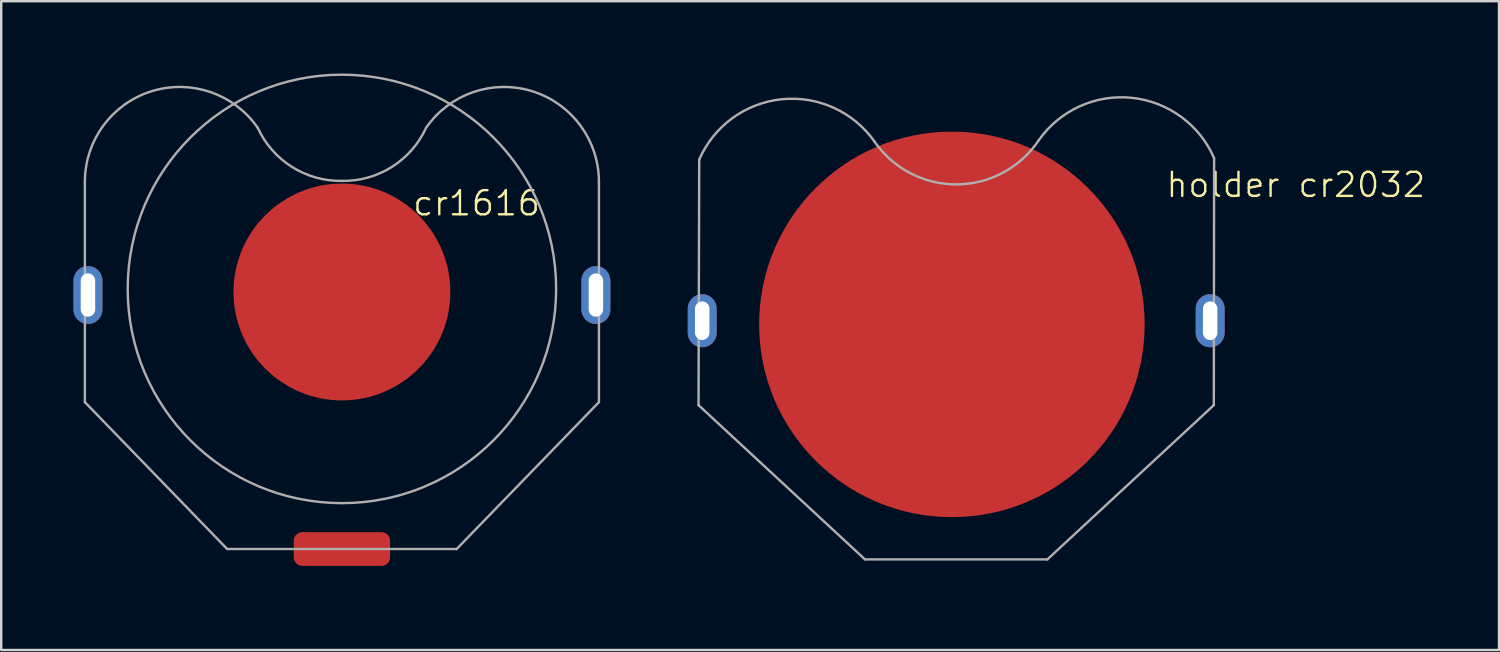
<source format=kicad_pcb>
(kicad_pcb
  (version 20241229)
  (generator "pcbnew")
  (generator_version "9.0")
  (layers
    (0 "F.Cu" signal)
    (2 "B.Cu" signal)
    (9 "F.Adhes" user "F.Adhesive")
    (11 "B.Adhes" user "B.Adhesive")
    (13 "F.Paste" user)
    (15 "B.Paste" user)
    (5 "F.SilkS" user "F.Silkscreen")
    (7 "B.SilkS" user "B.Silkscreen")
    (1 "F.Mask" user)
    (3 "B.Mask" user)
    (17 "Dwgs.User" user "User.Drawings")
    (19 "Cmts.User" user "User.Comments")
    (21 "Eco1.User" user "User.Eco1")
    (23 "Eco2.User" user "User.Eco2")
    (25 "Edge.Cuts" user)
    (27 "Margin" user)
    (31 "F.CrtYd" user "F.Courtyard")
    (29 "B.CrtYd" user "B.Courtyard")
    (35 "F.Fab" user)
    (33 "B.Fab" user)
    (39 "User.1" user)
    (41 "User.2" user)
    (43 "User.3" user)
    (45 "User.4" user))
  (footprint "cr1616"
    (layer "F.Cu")
    (at 11.141 9.068)
    (property "Reference" "cr1616" (at 5.588 -3.683 0) (unlocked yes) (layer "F.SilkS") (effects (font (size 1 1) (thickness 0.1))))
    (attr smd)
    (fp_line (start -10.668 -4.572) (end -10.668 4.572) (stroke (width 0.1) (type default)) (layer "F.Fab"))
    (fp_line (start -10.668 4.572) (end -4.763 10.668) (stroke (width 0.1) (type default)) (layer "F.Fab"))
    (fp_line (start 4.761 10.668) (end -4.763 10.668) (stroke (width 0.1) (type default)) (layer "F.Fab"))
    (fp_line (start 10.667 -4.572) (end 10.667 4.572) (stroke (width 0.1) (type default)) (layer "F.Fab"))
    (fp_line (start 10.667 4.572) (end 4.761 10.668) (stroke (width 0.1) (type default)) (layer "F.Fab"))
    (fp_arc (start -10.668 -4.572) (mid -7.904886 -8.32992) (end -3.494029 -6.81298) (stroke (width 0.1) (type default)) (layer "F.Fab"))
    (fp_arc (start -0.000637 -4.610211) (mid -2.075549 -5.191075) (end -3.494028 -6.81298) (stroke (width 0.1) (type default)) (layer "F.Fab"))
    (fp_arc (start 3.492754 -6.81298) (mid 2.074275 -5.191074) (end -0.000637 -4.610211) (stroke (width 0.1) (type default)) (layer "F.Fab"))
    (fp_arc (start 3.492755 -6.81298) (mid 7.903612 -8.32992) (end 10.666726 -4.572) (stroke (width 0.1) (type default)) (layer "F.Fab"))
    (fp_circle (center 0 -0.127) (end -8.89 0) (stroke (width 0.1) (type default)) (fill no) (layer "F.Fab"))
    (pad "" smd roundrect (at 0 10.668 90) (size 1.4 4) (layers "F.Cu" "F.Mask" "F.Paste") (roundrect_rratio 0.25))
    (pad "1" thru_hole oval (at -10.541 0.127 90) (size 2.4 1.2) (drill oval 1.8 0.6) (layers "*.Cu" "*.Mask"))
    (pad "1" thru_hole oval (at 10.541 0.127 90) (size 2.4 1.2) (drill oval 1.8 0.6) (layers "*.Cu" "*.Mask"))
    (pad "2" smd circle (at 0 0) (size 9 9) (layers "F.Cu" "F.Mask")))
  (footprint "holder cr2032"
    (layer "F.Cu")
    (at 36.508 10.21)
    (property "Reference" "holder cr2032" (at 14.224 -5.588 0) (unlocked yes) (layer "F.SilkS") (effects (font (size 1 1) (thickness 0.1))))
    (attr smd)
    (fp_line (start -11.176 -10.16) (end 11.176 -10.16) (stroke (width 0.1) (type default)) (layer "Margin"))
    (fp_line (start -11.176 4.064) (end -11.176 -10.16) (stroke (width 0.1) (type default)) (layer "Margin"))
    (fp_line (start -4.064 10.668) (end -11.176 4.064) (stroke (width 0.1) (type default)) (layer "Margin"))
    (fp_line (start 0 10.668) (end -4.064 10.668) (stroke (width 0.1) (type default)) (layer "Margin"))
    (fp_line (start 4.572 10.668) (end 0 10.668) (stroke (width 0.1) (type default)) (layer "Margin"))
    (fp_line (start 11.176 -10.16) (end 11.684 -10.16) (stroke (width 0.1) (type default)) (layer "Margin"))
    (fp_line (start 11.684 -10.16) (end 11.684 4.064) (stroke (width 0.1) (type default)) (layer "Margin"))
    (fp_line (start 11.684 4.064) (end 4.572 10.668) (stroke (width 0.1) (type default)) (layer "Margin"))
    (fp_line (start -10.566 3.556) (end -3.658 9.957) (stroke (width 0.1) (type default)) (layer "F.Fab"))
    (fp_line (start -10.538 -6.637) (end -10.566 3.556) (stroke (width 0.1) (type default)) (layer "F.Fab"))
    (fp_line (start -3.658 9.957) (end 3.912 9.957) (stroke (width 0.1) (type default)) (layer "F.Fab"))
    (fp_line (start 10.82 3.556) (end 3.912 9.957) (stroke (width 0.1) (type default)) (layer "F.Fab"))
    (fp_line (start 10.832 -6.696) (end 10.82 3.556) (stroke (width 0.1) (type default)) (layer "F.Fab"))
    (fp_arc (start -10.537612 -6.63654) (mid -7.117934 -9.140469) (end -3.261373 -7.382403) (stroke (width 0.1) (type default)) (layer "F.Fab"))
    (fp_arc (start 3.556 -7.4422) (mid 0.163146 -5.607213) (end -3.261373 -7.382403) (stroke (width 0.1) (type default)) (layer "F.Fab"))
    (fp_arc (start 3.556001 -7.4422) (mid 7.412562 -9.200266) (end 10.83224 -6.696337) (stroke (width 0.1) (type default)) (layer "F.Fab"))
    (pad "1" thru_hole oval (at -10.414 0.051 90) (size 2.2 1.2) (drill oval 1.6 0.6) (layers "*.Cu" "*.Mask"))
    (pad "1" thru_hole oval (at 10.668 0.051 90) (size 2.2 1.2) (drill oval 1.6 0.6) (layers "*.Cu" "*.Mask"))
    (pad "2" smd circle (at -0.051 0.203) (size 16 16) (layers "F.Cu" "F.Mask")))
  (gr_rect
    (start -3 -3)
    (end 59.163 23.928)
    (stroke (width 0.1) (type default))
    (fill no)
    (layer "Edge.Cuts")))
</source>
